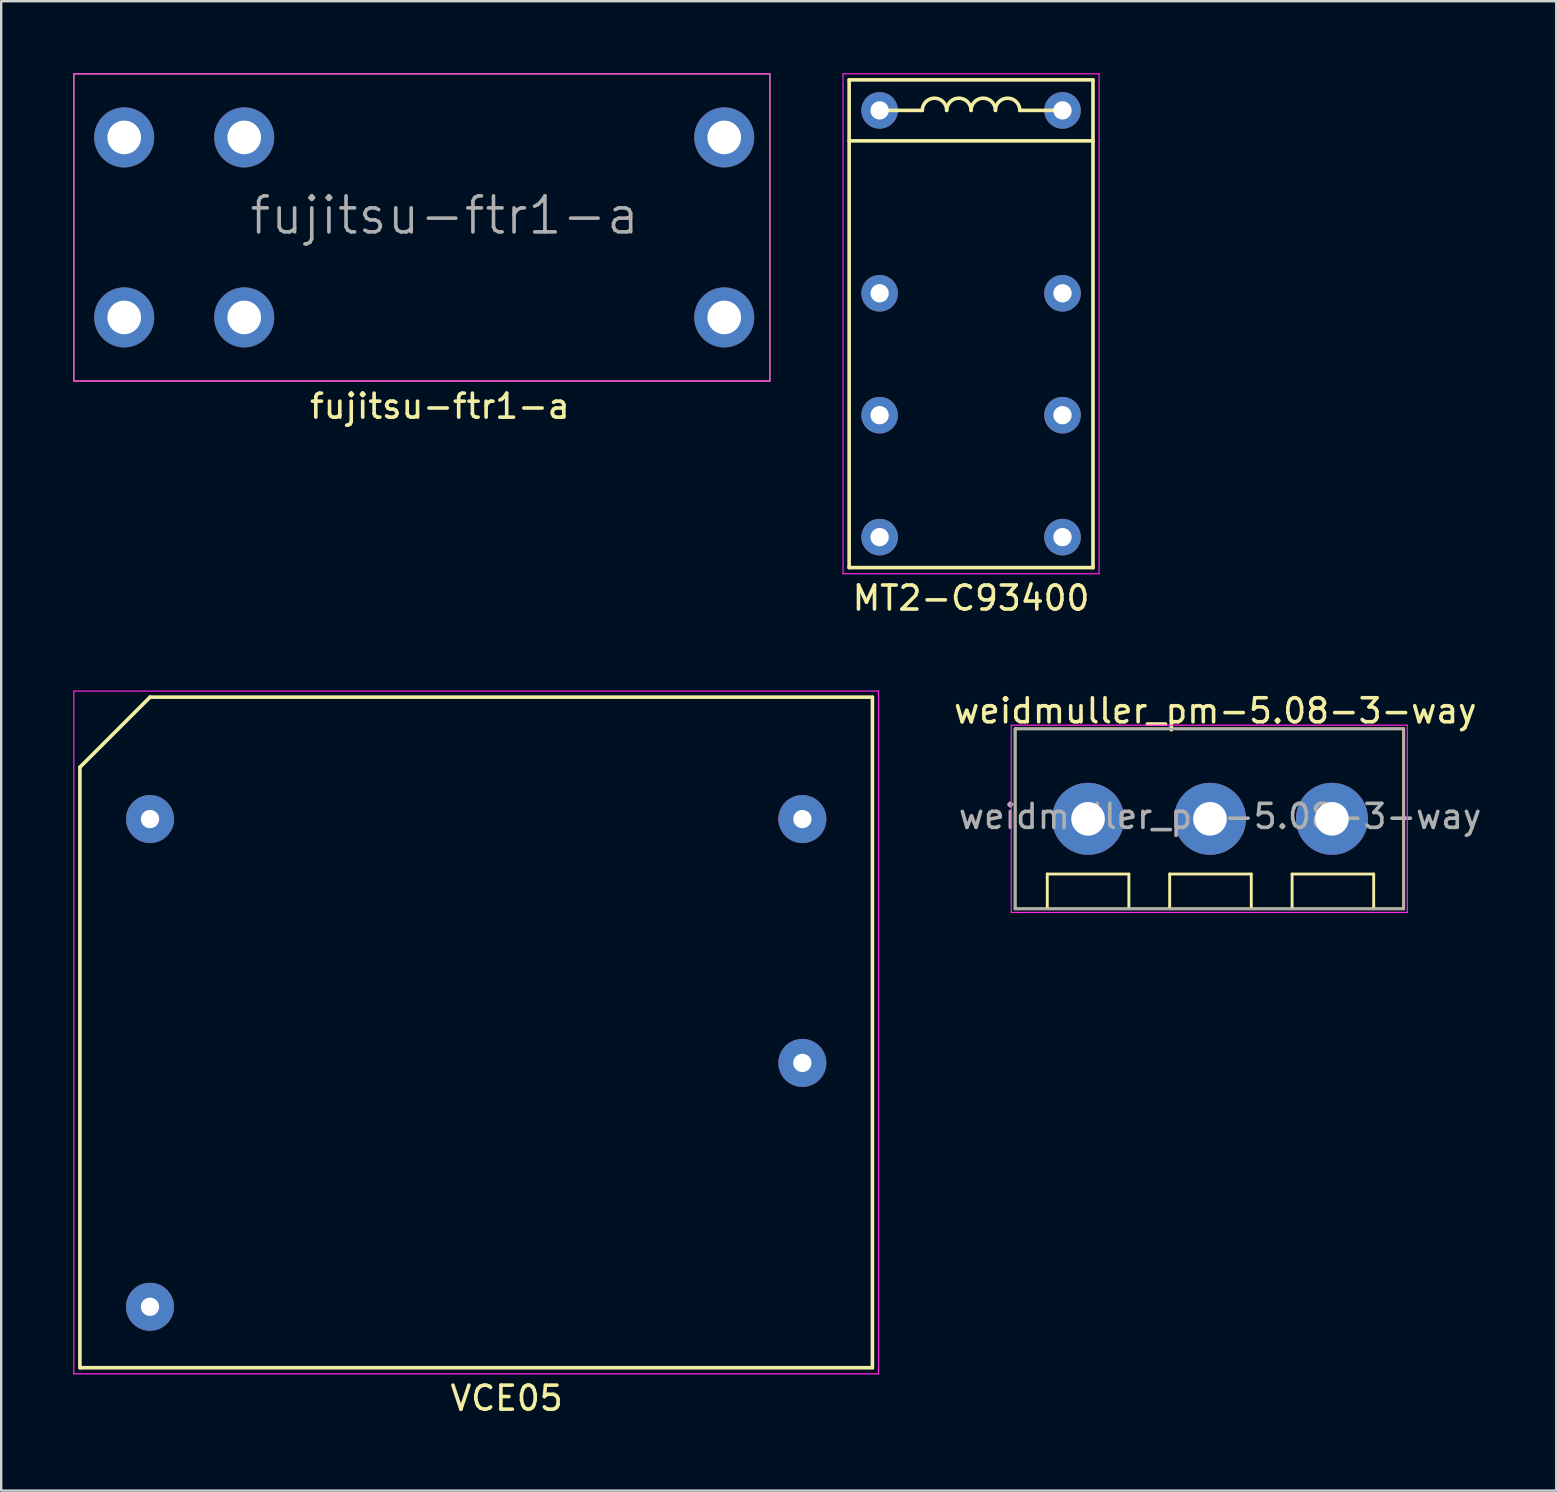
<source format=kicad_pcb>
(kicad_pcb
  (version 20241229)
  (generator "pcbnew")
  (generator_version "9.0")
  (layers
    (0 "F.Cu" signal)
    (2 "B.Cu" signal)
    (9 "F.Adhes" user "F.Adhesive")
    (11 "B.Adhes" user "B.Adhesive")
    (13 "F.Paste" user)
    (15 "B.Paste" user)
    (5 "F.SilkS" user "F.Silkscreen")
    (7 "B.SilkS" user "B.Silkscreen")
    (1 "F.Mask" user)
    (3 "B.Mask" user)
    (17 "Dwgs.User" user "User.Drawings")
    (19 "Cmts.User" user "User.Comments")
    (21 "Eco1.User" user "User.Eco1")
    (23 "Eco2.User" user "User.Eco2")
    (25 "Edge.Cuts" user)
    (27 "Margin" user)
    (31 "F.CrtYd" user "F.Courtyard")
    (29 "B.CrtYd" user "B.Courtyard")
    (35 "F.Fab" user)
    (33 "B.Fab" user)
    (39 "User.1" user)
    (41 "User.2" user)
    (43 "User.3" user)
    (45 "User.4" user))
  (footprint "fujitsu-ftr1-a"
    (layer "F.Cu")
    (at 2.125 10.175)
    (property "Reference" "fujitsu-ftr1-a" (at 13.15 3.7 0) (layer "F.SilkS") (effects (font (size 1 1) (thickness 0.15))))
    (attr through_hole)
    (fp_line (start -2.1 -10.15) (end 26.9 -10.15) (stroke (width 0.05) (type solid)) (layer "F.SilkS"))
    (fp_line (start -2.1 2.65) (end -2.1 -10.15) (stroke (width 0.05) (type solid)) (layer "F.SilkS"))
    (fp_line (start 26.9 -10.15) (end 26.9 2.65) (stroke (width 0.05) (type solid)) (layer "F.SilkS"))
    (fp_line (start 26.9 2.65) (end -2.1 2.65) (stroke (width 0.05) (type solid)) (layer "F.SilkS"))
    (fp_line (start -2.1 -10.15) (end 26.9 -10.15) (stroke (width 0.05) (type solid)) (layer "F.CrtYd"))
    (fp_line (start -2.1 2.65) (end -2.1 -10.15) (stroke (width 0.05) (type solid)) (layer "F.CrtYd"))
    (fp_line (start 26.9 -10.15) (end 26.9 2.65) (stroke (width 0.05) (type solid)) (layer "F.CrtYd"))
    (fp_line (start 26.9 2.65) (end -2.1 2.65) (stroke (width 0.05) (type solid)) (layer "F.CrtYd"))
    (fp_text user "${REFERENCE}" (at 13.35 -4.25 0) (layer "F.Fab") (effects (font (size 1.5 1.5) (thickness 0.15))))
    (pad "1" thru_hole circle (at 0 0) (size 2.5 2.5) (drill 1.4) (layers "*.Cu" "*.Mask"))
    (pad "2" thru_hole circle (at 5 0) (size 2.5 2.5) (drill 1.4) (layers "*.Cu" "*.Mask"))
    (pad "4" thru_hole circle (at 25 0) (size 2.5 2.5) (drill 1.4) (layers "*.Cu" "*.Mask"))
    (pad "5" thru_hole circle (at 25 -7.5) (size 2.5 2.5) (drill 1.4) (layers "*.Cu" "*.Mask"))
    (pad "7" thru_hole circle (at 5 -7.5) (size 2.5 2.5) (drill 1.4) (layers "*.Cu" "*.Mask"))
    (pad "8" thru_hole circle (at 0 -7.5) (size 2.5 2.5) (drill 1.4) (layers "*.Cu" "*.Mask")))
  (footprint "weidmuller_pm-5.08-3-way"
    (layer "F.Cu")
    (at 42.284 31.066)
    (property "Reference" "weidmuller_pm-5.08-3-way" (at 5.3 -4.5 0) (layer "F.SilkS") (effects (font (size 1 1) (thickness 0.15))))
    (attr through_hole)
    (fp_line (start -3.04 -3.75) (end 13.15 -3.75) (stroke (width 0.12) (type solid)) (layer "F.SilkS"))
    (fp_line (start -3.04 3.75) (end -3.04 -3.75) (stroke (width 0.12) (type solid)) (layer "F.SilkS"))
    (fp_line (start -3.04 3.75) (end 13.15 3.75) (stroke (width 0.12) (type solid)) (layer "F.SilkS"))
    (fp_line (start -1.7 2.3) (end -1.7 3.7) (stroke (width 0.12) (type solid)) (layer "F.SilkS"))
    (fp_line (start -1.7 2.3) (end 1.7 2.3) (stroke (width 0.12) (type solid)) (layer "F.SilkS"))
    (fp_line (start 1.7 2.3) (end 1.7 3.7) (stroke (width 0.12) (type solid)) (layer "F.SilkS"))
    (fp_line (start 3.4 2.3) (end 3.4 3.7) (stroke (width 0.12) (type solid)) (layer "F.SilkS"))
    (fp_line (start 3.4 2.3) (end 6.8 2.3) (stroke (width 0.12) (type solid)) (layer "F.SilkS"))
    (fp_line (start 6.8 2.3) (end 6.8 3.7) (stroke (width 0.12) (type solid)) (layer "F.SilkS"))
    (fp_line (start 8.5 2.3) (end 8.5 3.7) (stroke (width 0.12) (type solid)) (layer "F.SilkS"))
    (fp_line (start 8.5 2.3) (end 11.9 2.3) (stroke (width 0.12) (type solid)) (layer "F.SilkS"))
    (fp_line (start 11.9 2.3) (end 11.9 3.7) (stroke (width 0.12) (type solid)) (layer "F.SilkS"))
    (fp_line (start 13.15 3.75) (end 13.15 -3.75) (stroke (width 0.12) (type solid)) (layer "F.SilkS"))
    (fp_line (start -3.2 -3.9) (end -3.2 3.9) (stroke (width 0.05) (type solid)) (layer "F.CrtYd"))
    (fp_line (start -3.2 3.9) (end 13.3 3.9) (stroke (width 0.05) (type solid)) (layer "F.CrtYd"))
    (fp_line (start 13.3 -3.9) (end -3.2 -3.9) (stroke (width 0.05) (type solid)) (layer "F.CrtYd"))
    (fp_line (start 13.3 3.9) (end 13.3 -3.9) (stroke (width 0.05) (type solid)) (layer "F.CrtYd"))
    (fp_line (start -3.04 -3.75) (end 13.15 -3.75) (stroke (width 0.1) (type solid)) (layer "F.Fab"))
    (fp_line (start -3.04 3.75) (end -3.04 -3.75) (stroke (width 0.1) (type solid)) (layer "F.Fab"))
    (fp_line (start -3.04 3.75) (end 13.15 3.75) (stroke (width 0.1) (type solid)) (layer "F.Fab"))
    (fp_line (start 13.15 3.75) (end 13.15 -3.75) (stroke (width 0.1) (type solid)) (layer "F.Fab"))
    (fp_text user "${REFERENCE}" (at 5.5 -0.1 0) (layer "F.Fab") (effects (font (size 1 1) (thickness 0.15))))
    (pad "1" thru_hole circle (at 0 0) (size 3 3) (drill 1.4) (layers "*.Cu" "*.Mask"))
    (pad "2" thru_hole circle (at 5.08 0) (size 3 3) (drill 1.4) (layers "*.Cu" "*.Mask"))
    (pad "3" thru_hole circle (at 10.16 0) (size 3 3) (drill 1.4) (layers "*.Cu" "*.Mask")))
  (footprint "MT2-C93400"
    (layer "F.Cu")
    (at 33.599 1.549)
    (property "Reference" "MT2-C93400" (at 3.81 20.32 0) (layer "F.SilkS") (effects (font (size 1 1) (thickness 0.15))))
    (attr through_hole)
    (fp_line (start -1.27 -1.27) (end 8.89 -1.27) (stroke (width 0.15) (type solid)) (layer "F.SilkS"))
    (fp_line (start -1.27 1.27) (end 8.89 1.27) (stroke (width 0.15) (type solid)) (layer "F.SilkS"))
    (fp_line (start -1.27 19.05) (end -1.27 -1.27) (stroke (width 0.15) (type solid)) (layer "F.SilkS"))
    (fp_line (start 1.778 0) (end 0 0) (stroke (width 0.15) (type solid)) (layer "F.SilkS"))
    (fp_line (start 5.842 0) (end 7.62 0) (stroke (width 0.15) (type solid)) (layer "F.SilkS"))
    (fp_line (start 8.89 -1.27) (end 8.89 19.05) (stroke (width 0.15) (type solid)) (layer "F.SilkS"))
    (fp_line (start 8.89 19.05) (end -1.27 19.05) (stroke (width 0.15) (type solid)) (layer "F.SilkS"))
    (fp_arc (start 1.778 0) (mid 2.286 -0.508) (end 2.794 0) (stroke (width 0.15) (type solid)) (layer "F.SilkS"))
    (fp_arc (start 2.794 0) (mid 3.302 -0.508) (end 3.81 0) (stroke (width 0.15) (type solid)) (layer "F.SilkS"))
    (fp_arc (start 3.81 0) (mid 4.318 -0.508) (end 4.826 0) (stroke (width 0.15) (type solid)) (layer "F.SilkS"))
    (fp_arc (start 4.826 0) (mid 5.334 -0.508) (end 5.842 0) (stroke (width 0.15) (type solid)) (layer "F.SilkS"))
    (fp_line (start -1.524 -1.524) (end 9.144 -1.524) (stroke (width 0.05) (type solid)) (layer "F.CrtYd"))
    (fp_line (start -1.524 19.304) (end -1.524 -1.524) (stroke (width 0.05) (type solid)) (layer "F.CrtYd"))
    (fp_line (start 9.144 -1.524) (end 9.144 19.304) (stroke (width 0.05) (type solid)) (layer "F.CrtYd"))
    (fp_line (start 9.144 19.304) (end -1.524 19.304) (stroke (width 0.05) (type solid)) (layer "F.CrtYd"))
    (pad "1" thru_hole circle (at 0 0) (size 1.524 1.524) (drill 0.762) (layers "*.Cu" "*.Mask"))
    (pad "4" thru_hole circle (at 0 7.62) (size 1.524 1.524) (drill 0.762) (layers "*.Cu" "*.Mask"))
    (pad "6" thru_hole circle (at 0 12.7) (size 1.524 1.524) (drill 0.762) (layers "*.Cu" "*.Mask"))
    (pad "8" thru_hole circle (at 0 17.78) (size 1.524 1.524) (drill 0.762) (layers "*.Cu" "*.Mask"))
    (pad "9" thru_hole circle (at 7.62 17.78) (size 1.524 1.524) (drill 0.762) (layers "*.Cu" "*.Mask"))
    (pad "11" thru_hole circle (at 7.62 12.7) (size 1.524 1.524) (drill 0.762) (layers "*.Cu" "*.Mask"))
    (pad "13" thru_hole circle (at 7.62 7.62) (size 1.524 1.524) (drill 0.762) (layers "*.Cu" "*.Mask"))
    (pad "16" thru_hole circle (at 7.62 0) (size 1.524 1.524) (drill 0.762) (layers "*.Cu" "*.Mask")))
  (footprint "VCE05"
    (layer "F.Cu")
    (at 3.2 51.396)
    (property "Reference" "VCE05" (at 14.859 3.81 0) (layer "F.SilkS") (effects (font (size 1 1) (thickness 0.15))))
    (attr through_hole)
    (fp_line (start -2.921 -22.479) (end -2.921 2.54) (stroke (width 0.15) (type solid)) (layer "F.SilkS"))
    (fp_line (start 0 -25.4) (end -2.921 -22.479) (stroke (width 0.15) (type solid)) (layer "F.SilkS"))
    (fp_line (start 0 -25.4) (end 30.099 -25.4) (stroke (width 0.15) (type solid)) (layer "F.SilkS"))
    (fp_line (start 30.099 -25.4) (end 30.099 2.54) (stroke (width 0.15) (type solid)) (layer "F.SilkS"))
    (fp_line (start 30.099 2.54) (end -2.921 2.54) (stroke (width 0.15) (type solid)) (layer "F.SilkS"))
    (fp_line (start -3.175 -25.654) (end 30.353 -25.654) (stroke (width 0.05) (type solid)) (layer "F.CrtYd"))
    (fp_line (start -3.175 2.794) (end -3.175 -25.654) (stroke (width 0.05) (type solid)) (layer "F.CrtYd"))
    (fp_line (start 30.353 -25.654) (end 30.353 2.794) (stroke (width 0.05) (type solid)) (layer "F.CrtYd"))
    (fp_line (start 30.353 2.794) (end -3.175 2.794) (stroke (width 0.05) (type solid)) (layer "F.CrtYd"))
    (pad "1" thru_hole circle (at -0.001 0) (size 2 2) (drill 0.762) (layers "*.Cu" "*.Mask"))
    (pad "2" thru_hole circle (at 0 -20.32) (size 2 2) (drill 0.762) (layers "*.Cu" "*.Mask"))
    (pad "3" thru_hole circle (at 27.18 -20.32) (size 2 2) (drill 0.762) (layers "*.Cu" "*.Mask"))
    (pad "4" thru_hole circle (at 27.18 -10.16) (size 2 2) (drill 0.762) (layers "*.Cu" "*.Mask")))
  (gr_rect
    (start -3 -3)
    (end 61.79 59.054)
    (stroke (width 0.1) (type default))
    (fill no)
    (layer "Edge.Cuts")))
</source>
